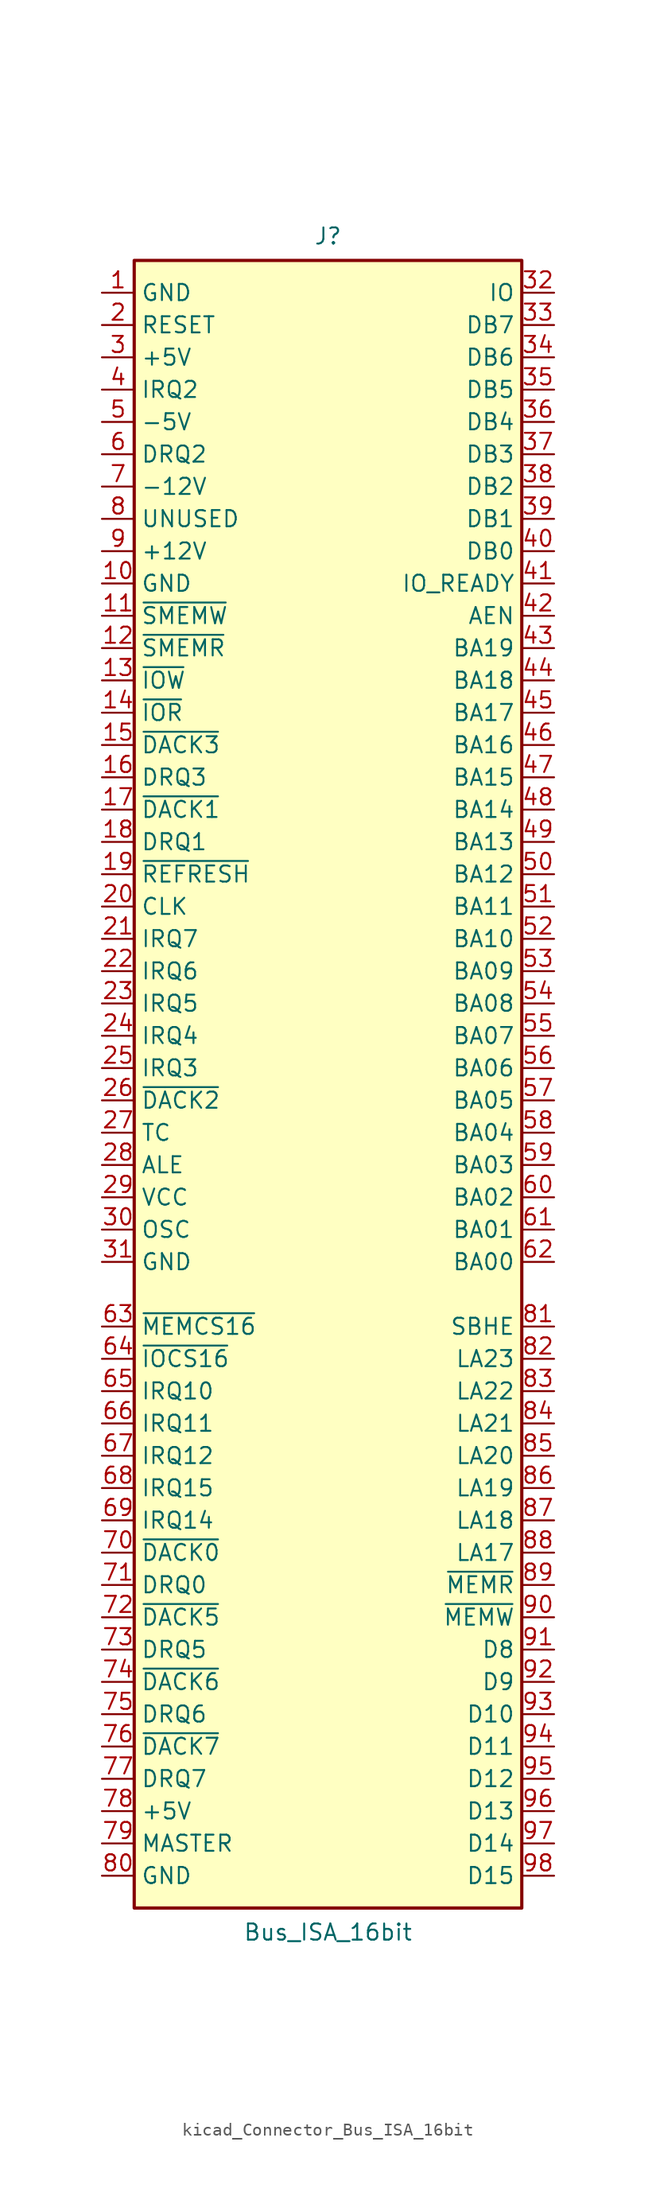
<source format=kicad_sym>
(kicad_symbol_lib
  (version 20220914)
  (generator kicad_symbol_editor)
  (symbol "kicad_Connector_Bus_ISA_16bit"
    (property "Reference" "J"
      (at 0 67.945 0)
      (effects (font (size 1.27 1.27))))
    (property "Value" "Bus_ISA_16bit"
      (at 0 -65.405 0)
      (effects (font (size 1.27 1.27))))
    (symbol "kicad_Connector_Bus_ISA_16bit_0_1"
      (rectangle (start -15.24 -63.5) (end 15.24 66.04) (stroke (width 0.254) (type default)) (fill (type background))))
    (symbol "kicad_Connector_Bus_ISA_16bit_1_1"
      (pin power_in line (at -17.78 63.5 0) (length 2.54) (name "GND" (effects (font (size 1.27 1.27)))) (number "1" (effects (font (size 1.27 1.27)))))
      (pin power_in line (at -17.78 40.64 0) (length 2.54) (name "GND" (effects (font (size 1.27 1.27)))) (number "10" (effects (font (size 1.27 1.27)))))
      (pin output line (at -17.78 38.1 0) (length 2.54) (name "~{SMEMW}" (effects (font (size 1.27 1.27)))) (number "11" (effects (font (size 1.27 1.27)))))
      (pin output line (at -17.78 35.56 0) (length 2.54) (name "~{SMEMR}" (effects (font (size 1.27 1.27)))) (number "12" (effects (font (size 1.27 1.27)))))
      (pin output line (at -17.78 33.02 0) (length 2.54) (name "~{IOW}" (effects (font (size 1.27 1.27)))) (number "13" (effects (font (size 1.27 1.27)))))
      (pin output line (at -17.78 30.48 0) (length 2.54) (name "~{IOR}" (effects (font (size 1.27 1.27)))) (number "14" (effects (font (size 1.27 1.27)))))
      (pin passive line (at -17.78 27.94 0) (length 2.54) (name "~{DACK3}" (effects (font (size 1.27 1.27)))) (number "15" (effects (font (size 1.27 1.27)))))
      (pin passive line (at -17.78 25.4 0) (length 2.54) (name "DRQ3" (effects (font (size 1.27 1.27)))) (number "16" (effects (font (size 1.27 1.27)))))
      (pin passive line (at -17.78 22.86 0) (length 2.54) (name "~{DACK1}" (effects (font (size 1.27 1.27)))) (number "17" (effects (font (size 1.27 1.27)))))
      (pin passive line (at -17.78 20.32 0) (length 2.54) (name "DRQ1" (effects (font (size 1.27 1.27)))) (number "18" (effects (font (size 1.27 1.27)))))
      (pin passive line (at -17.78 17.78 0) (length 2.54) (name "~{REFRESH}" (effects (font (size 1.27 1.27)))) (number "19" (effects (font (size 1.27 1.27)))))
      (pin output line (at -17.78 60.96 0) (length 2.54) (name "RESET" (effects (font (size 1.27 1.27)))) (number "2" (effects (font (size 1.27 1.27)))))
      (pin output line (at -17.78 15.24 0) (length 2.54) (name "CLK" (effects (font (size 1.27 1.27)))) (number "20" (effects (font (size 1.27 1.27)))))
      (pin passive line (at -17.78 12.7 0) (length 2.54) (name "IRQ7" (effects (font (size 1.27 1.27)))) (number "21" (effects (font (size 1.27 1.27)))))
      (pin passive line (at -17.78 10.16 0) (length 2.54) (name "IRQ6" (effects (font (size 1.27 1.27)))) (number "22" (effects (font (size 1.27 1.27)))))
      (pin passive line (at -17.78 7.62 0) (length 2.54) (name "IRQ5" (effects (font (size 1.27 1.27)))) (number "23" (effects (font (size 1.27 1.27)))))
      (pin passive line (at -17.78 5.08 0) (length 2.54) (name "IRQ4" (effects (font (size 1.27 1.27)))) (number "24" (effects (font (size 1.27 1.27)))))
      (pin passive line (at -17.78 2.54 0) (length 2.54) (name "IRQ3" (effects (font (size 1.27 1.27)))) (number "25" (effects (font (size 1.27 1.27)))))
      (pin passive line (at -17.78 0 0) (length 2.54) (name "~{DACK2}" (effects (font (size 1.27 1.27)))) (number "26" (effects (font (size 1.27 1.27)))))
      (pin passive line (at -17.78 -2.54 0) (length 2.54) (name "TC" (effects (font (size 1.27 1.27)))) (number "27" (effects (font (size 1.27 1.27)))))
      (pin output line (at -17.78 -5.08 0) (length 2.54) (name "ALE" (effects (font (size 1.27 1.27)))) (number "28" (effects (font (size 1.27 1.27)))))
      (pin power_in line (at -17.78 -7.62 0) (length 2.54) (name "VCC" (effects (font (size 1.27 1.27)))) (number "29" (effects (font (size 1.27 1.27)))))
      (pin power_in line (at -17.78 58.42 0) (length 2.54) (name "+5V" (effects (font (size 1.27 1.27)))) (number "3" (effects (font (size 1.27 1.27)))))
      (pin output line (at -17.78 -10.16 0) (length 2.54) (name "OSC" (effects (font (size 1.27 1.27)))) (number "30" (effects (font (size 1.27 1.27)))))
      (pin power_in line (at -17.78 -12.7 0) (length 2.54) (name "GND" (effects (font (size 1.27 1.27)))) (number "31" (effects (font (size 1.27 1.27)))))
      (pin passive line (at 17.78 63.5 180) (length 2.54) (name "IO" (effects (font (size 1.27 1.27)))) (number "32" (effects (font (size 1.27 1.27)))))
      (pin tri_state line (at 17.78 60.96 180) (length 2.54) (name "DB7" (effects (font (size 1.27 1.27)))) (number "33" (effects (font (size 1.27 1.27)))))
      (pin tri_state line (at 17.78 58.42 180) (length 2.54) (name "DB6" (effects (font (size 1.27 1.27)))) (number "34" (effects (font (size 1.27 1.27)))))
      (pin tri_state line (at 17.78 55.88 180) (length 2.54) (name "DB5" (effects (font (size 1.27 1.27)))) (number "35" (effects (font (size 1.27 1.27)))))
      (pin tri_state line (at 17.78 53.34 180) (length 2.54) (name "DB4" (effects (font (size 1.27 1.27)))) (number "36" (effects (font (size 1.27 1.27)))))
      (pin tri_state line (at 17.78 50.8 180) (length 2.54) (name "DB3" (effects (font (size 1.27 1.27)))) (number "37" (effects (font (size 1.27 1.27)))))
      (pin tri_state line (at 17.78 48.26 180) (length 2.54) (name "DB2" (effects (font (size 1.27 1.27)))) (number "38" (effects (font (size 1.27 1.27)))))
      (pin tri_state line (at 17.78 45.72 180) (length 2.54) (name "DB1" (effects (font (size 1.27 1.27)))) (number "39" (effects (font (size 1.27 1.27)))))
      (pin passive line (at -17.78 55.88 0) (length 2.54) (name "IRQ2" (effects (font (size 1.27 1.27)))) (number "4" (effects (font (size 1.27 1.27)))))
      (pin tri_state line (at 17.78 43.18 180) (length 2.54) (name "DB0" (effects (font (size 1.27 1.27)))) (number "40" (effects (font (size 1.27 1.27)))))
      (pin passive line (at 17.78 40.64 180) (length 2.54) (name "IO_READY" (effects (font (size 1.27 1.27)))) (number "41" (effects (font (size 1.27 1.27)))))
      (pin output line (at 17.78 38.1 180) (length 2.54) (name "AEN" (effects (font (size 1.27 1.27)))) (number "42" (effects (font (size 1.27 1.27)))))
      (pin tri_state line (at 17.78 35.56 180) (length 2.54) (name "BA19" (effects (font (size 1.27 1.27)))) (number "43" (effects (font (size 1.27 1.27)))))
      (pin tri_state line (at 17.78 33.02 180) (length 2.54) (name "BA18" (effects (font (size 1.27 1.27)))) (number "44" (effects (font (size 1.27 1.27)))))
      (pin tri_state line (at 17.78 30.48 180) (length 2.54) (name "BA17" (effects (font (size 1.27 1.27)))) (number "45" (effects (font (size 1.27 1.27)))))
      (pin tri_state line (at 17.78 27.94 180) (length 2.54) (name "BA16" (effects (font (size 1.27 1.27)))) (number "46" (effects (font (size 1.27 1.27)))))
      (pin tri_state line (at 17.78 25.4 180) (length 2.54) (name "BA15" (effects (font (size 1.27 1.27)))) (number "47" (effects (font (size 1.27 1.27)))))
      (pin tri_state line (at 17.78 22.86 180) (length 2.54) (name "BA14" (effects (font (size 1.27 1.27)))) (number "48" (effects (font (size 1.27 1.27)))))
      (pin tri_state line (at 17.78 20.32 180) (length 2.54) (name "BA13" (effects (font (size 1.27 1.27)))) (number "49" (effects (font (size 1.27 1.27)))))
      (pin power_in line (at -17.78 53.34 0) (length 2.54) (name "-5V" (effects (font (size 1.27 1.27)))) (number "5" (effects (font (size 1.27 1.27)))))
      (pin tri_state line (at 17.78 17.78 180) (length 2.54) (name "BA12" (effects (font (size 1.27 1.27)))) (number "50" (effects (font (size 1.27 1.27)))))
      (pin tri_state line (at 17.78 15.24 180) (length 2.54) (name "BA11" (effects (font (size 1.27 1.27)))) (number "51" (effects (font (size 1.27 1.27)))))
      (pin tri_state line (at 17.78 12.7 180) (length 2.54) (name "BA10" (effects (font (size 1.27 1.27)))) (number "52" (effects (font (size 1.27 1.27)))))
      (pin tri_state line (at 17.78 10.16 180) (length 2.54) (name "BA09" (effects (font (size 1.27 1.27)))) (number "53" (effects (font (size 1.27 1.27)))))
      (pin tri_state line (at 17.78 7.62 180) (length 2.54) (name "BA08" (effects (font (size 1.27 1.27)))) (number "54" (effects (font (size 1.27 1.27)))))
      (pin tri_state line (at 17.78 5.08 180) (length 2.54) (name "BA07" (effects (font (size 1.27 1.27)))) (number "55" (effects (font (size 1.27 1.27)))))
      (pin tri_state line (at 17.78 2.54 180) (length 2.54) (name "BA06" (effects (font (size 1.27 1.27)))) (number "56" (effects (font (size 1.27 1.27)))))
      (pin tri_state line (at 17.78 0 180) (length 2.54) (name "BA05" (effects (font (size 1.27 1.27)))) (number "57" (effects (font (size 1.27 1.27)))))
      (pin tri_state line (at 17.78 -2.54 180) (length 2.54) (name "BA04" (effects (font (size 1.27 1.27)))) (number "58" (effects (font (size 1.27 1.27)))))
      (pin tri_state line (at 17.78 -5.08 180) (length 2.54) (name "BA03" (effects (font (size 1.27 1.27)))) (number "59" (effects (font (size 1.27 1.27)))))
      (pin passive line (at -17.78 50.8 0) (length 2.54) (name "DRQ2" (effects (font (size 1.27 1.27)))) (number "6" (effects (font (size 1.27 1.27)))))
      (pin tri_state line (at 17.78 -7.62 180) (length 2.54) (name "BA02" (effects (font (size 1.27 1.27)))) (number "60" (effects (font (size 1.27 1.27)))))
      (pin tri_state line (at 17.78 -10.16 180) (length 2.54) (name "BA01" (effects (font (size 1.27 1.27)))) (number "61" (effects (font (size 1.27 1.27)))))
      (pin tri_state line (at 17.78 -12.7 180) (length 2.54) (name "BA00" (effects (font (size 1.27 1.27)))) (number "62" (effects (font (size 1.27 1.27)))))
      (pin passive line (at -17.78 -17.78 0) (length 2.54) (name "~{MEMCS16}" (effects (font (size 1.27 1.27)))) (number "63" (effects (font (size 1.27 1.27)))))
      (pin passive line (at -17.78 -20.32 0) (length 2.54) (name "~{IOCS16}" (effects (font (size 1.27 1.27)))) (number "64" (effects (font (size 1.27 1.27)))))
      (pin passive line (at -17.78 -22.86 0) (length 2.54) (name "IRQ10" (effects (font (size 1.27 1.27)))) (number "65" (effects (font (size 1.27 1.27)))))
      (pin passive line (at -17.78 -25.4 0) (length 2.54) (name "IRQ11" (effects (font (size 1.27 1.27)))) (number "66" (effects (font (size 1.27 1.27)))))
      (pin passive line (at -17.78 -27.94 0) (length 2.54) (name "IRQ12" (effects (font (size 1.27 1.27)))) (number "67" (effects (font (size 1.27 1.27)))))
      (pin passive line (at -17.78 -30.48 0) (length 2.54) (name "IRQ15" (effects (font (size 1.27 1.27)))) (number "68" (effects (font (size 1.27 1.27)))))
      (pin passive line (at -17.78 -33.02 0) (length 2.54) (name "IRQ14" (effects (font (size 1.27 1.27)))) (number "69" (effects (font (size 1.27 1.27)))))
      (pin power_in line (at -17.78 48.26 0) (length 2.54) (name "-12V" (effects (font (size 1.27 1.27)))) (number "7" (effects (font (size 1.27 1.27)))))
      (pin output line (at -17.78 -35.56 0) (length 2.54) (name "~{DACK0}" (effects (font (size 1.27 1.27)))) (number "70" (effects (font (size 1.27 1.27)))))
      (pin passive line (at -17.78 -38.1 0) (length 2.54) (name "DRQ0" (effects (font (size 1.27 1.27)))) (number "71" (effects (font (size 1.27 1.27)))))
      (pin output line (at -17.78 -40.64 0) (length 2.54) (name "~{DACK5}" (effects (font (size 1.27 1.27)))) (number "72" (effects (font (size 1.27 1.27)))))
      (pin passive line (at -17.78 -43.18 0) (length 2.54) (name "DRQ5" (effects (font (size 1.27 1.27)))) (number "73" (effects (font (size 1.27 1.27)))))
      (pin output line (at -17.78 -45.72 0) (length 2.54) (name "~{DACK6}" (effects (font (size 1.27 1.27)))) (number "74" (effects (font (size 1.27 1.27)))))
      (pin passive line (at -17.78 -48.26 0) (length 2.54) (name "DRQ6" (effects (font (size 1.27 1.27)))) (number "75" (effects (font (size 1.27 1.27)))))
      (pin output line (at -17.78 -50.8 0) (length 2.54) (name "~{DACK7}" (effects (font (size 1.27 1.27)))) (number "76" (effects (font (size 1.27 1.27)))))
      (pin passive line (at -17.78 -53.34 0) (length 2.54) (name "DRQ7" (effects (font (size 1.27 1.27)))) (number "77" (effects (font (size 1.27 1.27)))))
      (pin power_in line (at -17.78 -55.88 0) (length 2.54) (name "+5V" (effects (font (size 1.27 1.27)))) (number "78" (effects (font (size 1.27 1.27)))))
      (pin passive line (at -17.78 -58.42 0) (length 2.54) (name "MASTER" (effects (font (size 1.27 1.27)))) (number "79" (effects (font (size 1.27 1.27)))))
      (pin passive line (at -17.78 45.72 0) (length 2.54) (name "UNUSED" (effects (font (size 1.27 1.27)))) (number "8" (effects (font (size 1.27 1.27)))))
      (pin power_in line (at -17.78 -60.96 0) (length 2.54) (name "GND" (effects (font (size 1.27 1.27)))) (number "80" (effects (font (size 1.27 1.27)))))
      (pin passive line (at 17.78 -17.78 180) (length 2.54) (name "SBHE" (effects (font (size 1.27 1.27)))) (number "81" (effects (font (size 1.27 1.27)))))
      (pin passive line (at 17.78 -20.32 180) (length 2.54) (name "LA23" (effects (font (size 1.27 1.27)))) (number "82" (effects (font (size 1.27 1.27)))))
      (pin passive line (at 17.78 -22.86 180) (length 2.54) (name "LA22" (effects (font (size 1.27 1.27)))) (number "83" (effects (font (size 1.27 1.27)))))
      (pin passive line (at 17.78 -25.4 180) (length 2.54) (name "LA21" (effects (font (size 1.27 1.27)))) (number "84" (effects (font (size 1.27 1.27)))))
      (pin passive line (at 17.78 -27.94 180) (length 2.54) (name "LA20" (effects (font (size 1.27 1.27)))) (number "85" (effects (font (size 1.27 1.27)))))
      (pin passive line (at 17.78 -30.48 180) (length 2.54) (name "LA19" (effects (font (size 1.27 1.27)))) (number "86" (effects (font (size 1.27 1.27)))))
      (pin passive line (at 17.78 -33.02 180) (length 2.54) (name "LA18" (effects (font (size 1.27 1.27)))) (number "87" (effects (font (size 1.27 1.27)))))
      (pin passive line (at 17.78 -35.56 180) (length 2.54) (name "LA17" (effects (font (size 1.27 1.27)))) (number "88" (effects (font (size 1.27 1.27)))))
      (pin output line (at 17.78 -38.1 180) (length 2.54) (name "~{MEMR}" (effects (font (size 1.27 1.27)))) (number "89" (effects (font (size 1.27 1.27)))))
      (pin power_in line (at -17.78 43.18 0) (length 2.54) (name "+12V" (effects (font (size 1.27 1.27)))) (number "9" (effects (font (size 1.27 1.27)))))
      (pin output line (at 17.78 -40.64 180) (length 2.54) (name "~{MEMW}" (effects (font (size 1.27 1.27)))) (number "90" (effects (font (size 1.27 1.27)))))
      (pin tri_state line (at 17.78 -43.18 180) (length 2.54) (name "D8" (effects (font (size 1.27 1.27)))) (number "91" (effects (font (size 1.27 1.27)))))
      (pin tri_state line (at 17.78 -45.72 180) (length 2.54) (name "D9" (effects (font (size 1.27 1.27)))) (number "92" (effects (font (size 1.27 1.27)))))
      (pin tri_state line (at 17.78 -48.26 180) (length 2.54) (name "D10" (effects (font (size 1.27 1.27)))) (number "93" (effects (font (size 1.27 1.27)))))
      (pin tri_state line (at 17.78 -50.8 180) (length 2.54) (name "D11" (effects (font (size 1.27 1.27)))) (number "94" (effects (font (size 1.27 1.27)))))
      (pin tri_state line (at 17.78 -53.34 180) (length 2.54) (name "D12" (effects (font (size 1.27 1.27)))) (number "95" (effects (font (size 1.27 1.27)))))
      (pin tri_state line (at 17.78 -55.88 180) (length 2.54) (name "D13" (effects (font (size 1.27 1.27)))) (number "96" (effects (font (size 1.27 1.27)))))
      (pin tri_state line (at 17.78 -58.42 180) (length 2.54) (name "D14" (effects (font (size 1.27 1.27)))) (number "97" (effects (font (size 1.27 1.27)))))
      (pin tri_state line (at 17.78 -60.96 180) (length 2.54) (name "D15" (effects (font (size 1.27 1.27)))) (number "98" (effects (font (size 1.27 1.27))))))))
</source>
